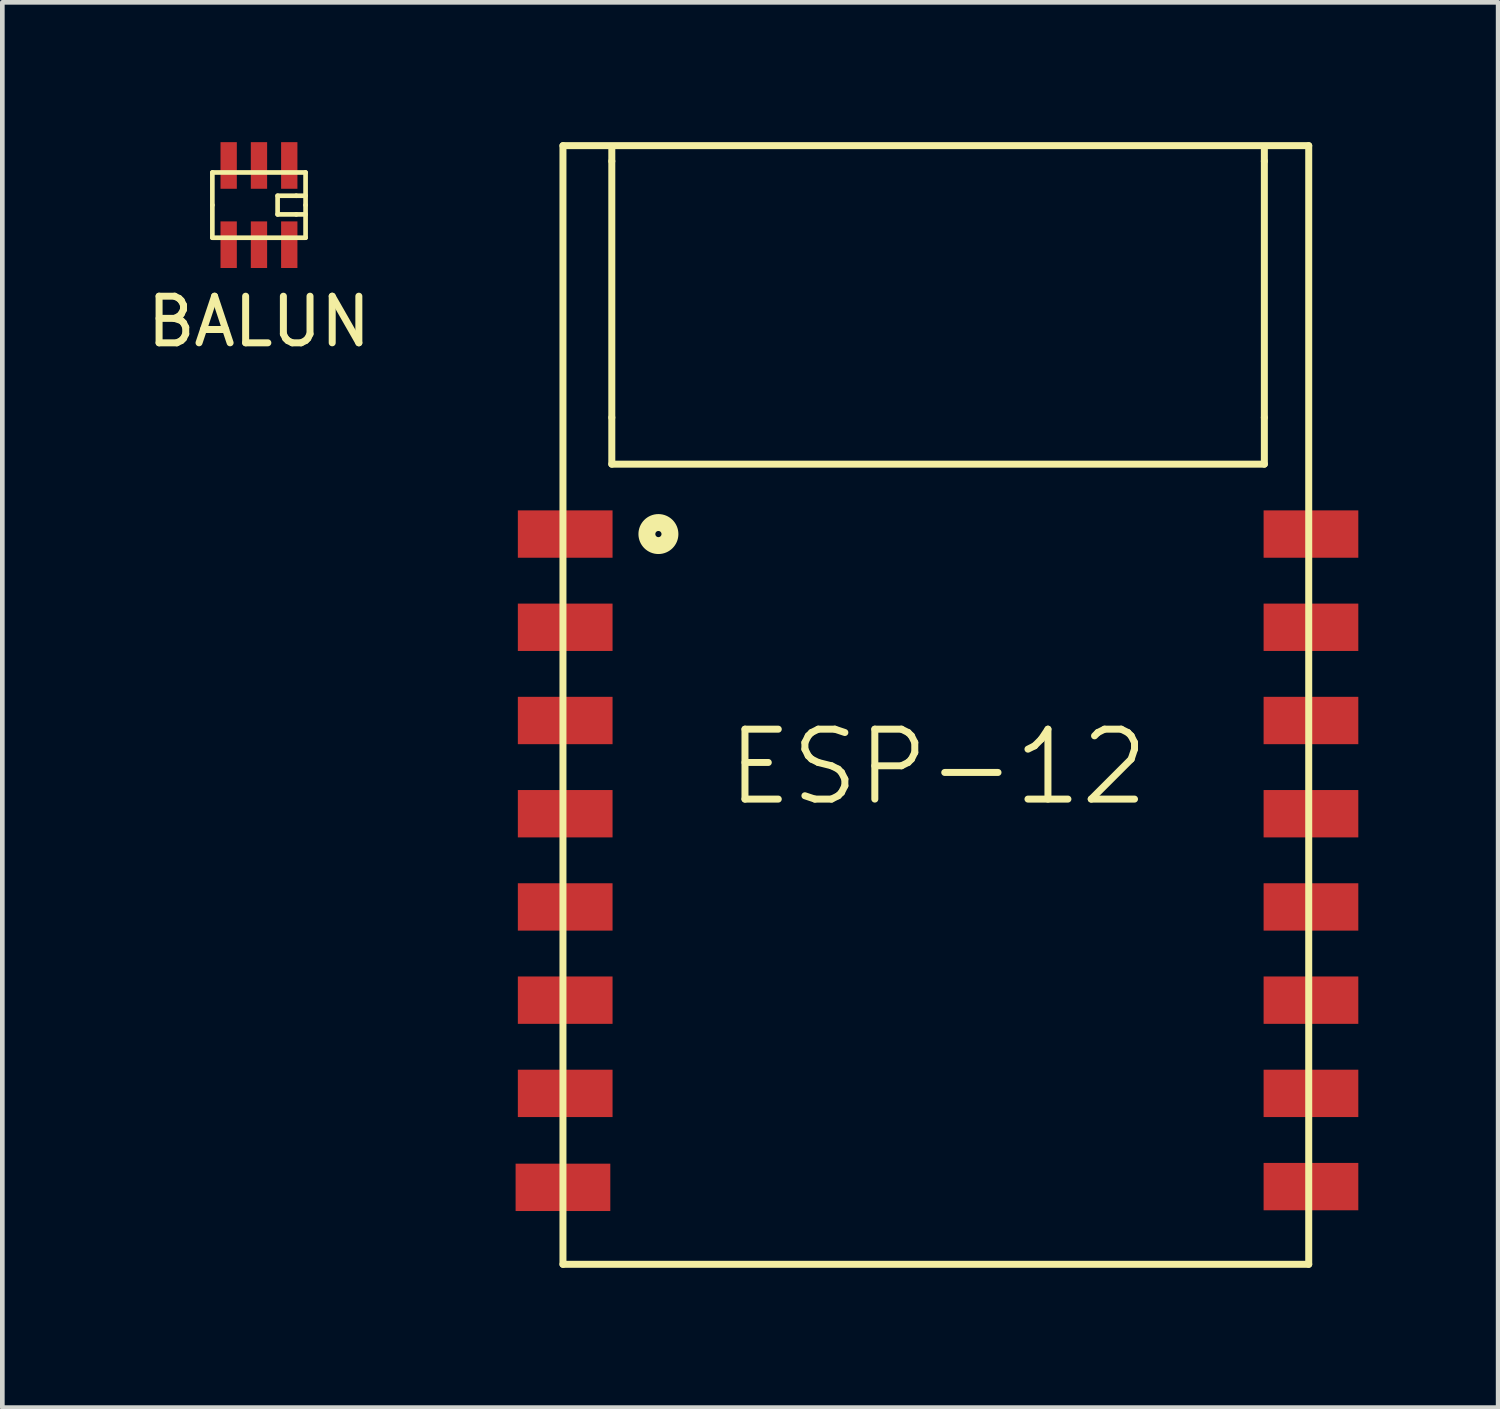
<source format=kicad_pcb>
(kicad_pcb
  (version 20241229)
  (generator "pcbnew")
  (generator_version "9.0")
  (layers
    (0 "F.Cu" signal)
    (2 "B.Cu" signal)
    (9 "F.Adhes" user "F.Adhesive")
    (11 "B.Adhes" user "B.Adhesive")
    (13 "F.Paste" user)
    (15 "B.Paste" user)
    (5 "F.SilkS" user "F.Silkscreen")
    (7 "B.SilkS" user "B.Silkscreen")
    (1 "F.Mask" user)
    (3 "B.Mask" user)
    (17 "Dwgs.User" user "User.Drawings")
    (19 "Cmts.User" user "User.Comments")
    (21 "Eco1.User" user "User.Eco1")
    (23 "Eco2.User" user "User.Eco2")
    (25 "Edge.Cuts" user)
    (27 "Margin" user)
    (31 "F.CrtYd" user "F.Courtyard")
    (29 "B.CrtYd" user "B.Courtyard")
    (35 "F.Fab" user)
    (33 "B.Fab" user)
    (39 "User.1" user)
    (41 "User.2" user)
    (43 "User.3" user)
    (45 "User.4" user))
  (footprint "BALUN"
    (layer "F.Cu")
    (at 2.506 1.35)
    (property "Reference" "BALUN" (at 0 2.5 0) (layer "F.SilkS") (effects (font (size 1 1) (thickness 0.15))))
    (attr through_hole)
    (fp_line (start -1 -0.7) (end 1 -0.7) (stroke (width 0.1) (type solid)) (layer "F.SilkS"))
    (fp_line (start -1 0) (end -1 -0.7) (stroke (width 0.1) (type solid)) (layer "F.SilkS"))
    (fp_line (start -1 0.7) (end -1 0) (stroke (width 0.1) (type solid)) (layer "F.SilkS"))
    (fp_line (start 0.4 -0.2) (end 0.4 0.2) (stroke (width 0.1) (type solid)) (layer "F.SilkS"))
    (fp_line (start 0.4 0.2) (end 0.8 0.2) (stroke (width 0.1) (type solid)) (layer "F.SilkS"))
    (fp_line (start 0.8 -0.2) (end 0.4 -0.2) (stroke (width 0.1) (type solid)) (layer "F.SilkS"))
    (fp_line (start 0.8 -0.2) (end 1 -0.2) (stroke (width 0.1) (type solid)) (layer "F.SilkS"))
    (fp_line (start 0.8 0.2) (end 1 0.2) (stroke (width 0.1) (type solid)) (layer "F.SilkS"))
    (fp_line (start 1 -0.7) (end 1 0) (stroke (width 0.1) (type solid)) (layer "F.SilkS"))
    (fp_line (start 1 0) (end 1 0.7) (stroke (width 0.1) (type solid)) (layer "F.SilkS"))
    (fp_line (start 1 0.7) (end -1 0.7) (stroke (width 0.1) (type solid)) (layer "F.SilkS"))
    (pad "1" smd rect (at 0.65 -0.85) (size 0.35 1) (layers "F.Cu" "F.Mask" "F.Paste"))
    (pad "2" smd rect (at 0 -0.85) (size 0.35 1) (layers "F.Cu" "F.Mask" "F.Paste"))
    (pad "3" smd rect (at -0.65 -0.85) (size 0.35 1) (layers "F.Cu" "F.Mask" "F.Paste"))
    (pad "4" smd rect (at -0.65 0.85) (size 0.35 1) (layers "F.Cu" "F.Mask" "F.Paste"))
    (pad "5" smd rect (at 0 0.85) (size 0.35 1) (layers "F.Cu" "F.Mask" "F.Paste"))
    (pad "6" smd rect (at 0.65 0.85) (size 0.35 1) (layers "F.Cu" "F.Mask" "F.Paste")))
  (footprint "ESP-12"
    (layer "F.Cu")
    (at 17.076 14.408)
    (property "Reference" "ESP-12" (at 0 -1 0) (layer "F.SilkS") (effects (font (size 1.5 1.5) (thickness 0.15))))
    (attr through_hole)
    (fp_line (start -8.048 -14.333) (end 7.952 -14.333) (stroke (width 0.15) (type solid)) (layer "F.SilkS"))
    (fp_line (start -8.048 9.667) (end -8.048 -14.333) (stroke (width 0.15) (type solid)) (layer "F.SilkS"))
    (fp_line (start -7 -14) (end -7 -14.3) (stroke (width 0.15) (type solid)) (layer "F.SilkS"))
    (fp_line (start -7 -14) (end -7 -8.5) (stroke (width 0.15) (type solid)) (layer "F.SilkS"))
    (fp_line (start -7 -8.5) (end -7 -7.5) (stroke (width 0.15) (type solid)) (layer "F.SilkS"))
    (fp_line (start -7 -7.5) (end 7 -7.5) (stroke (width 0.15) (type solid)) (layer "F.SilkS"))
    (fp_line (start 7 -14) (end 7 -14.3) (stroke (width 0.15) (type solid)) (layer "F.SilkS"))
    (fp_line (start 7 -8.5) (end 7 -14) (stroke (width 0.15) (type solid)) (layer "F.SilkS"))
    (fp_line (start 7 -7.5) (end 7 -8.5) (stroke (width 0.15) (type solid)) (layer "F.SilkS"))
    (fp_line (start 7.952 -14.333) (end 7.952 9.667) (stroke (width 0.15) (type solid)) (layer "F.SilkS"))
    (fp_line (start 7.952 9.667) (end -8.048 9.667) (stroke (width 0.15) (type solid)) (layer "F.SilkS"))
    (fp_circle (center -6 -6) (end -6 -6.25) (stroke (width 0.15) (type solid)) (fill no) (layer "F.SilkS"))
    (fp_circle (center -6 -6) (end -5.9 -6.1) (stroke (width 0.15) (type solid)) (fill no) (layer "F.SilkS"))
    (fp_circle (center -6 -6) (end -5.75 -6.25) (stroke (width 0.15) (type solid)) (fill no) (layer "F.SilkS"))
    (pad "1" smd rect (at -8 -6) (size 2.032 1.016) (layers "F.Cu" "F.Mask" "F.Paste"))
    (pad "2" smd rect (at -8 -4) (size 2.032 1.016) (layers "F.Cu" "F.Mask" "F.Paste"))
    (pad "3" smd rect (at -8 -2) (size 2.032 1.016) (layers "F.Cu" "F.Mask" "F.Paste"))
    (pad "4" smd rect (at -8 0) (size 2.032 1.016) (layers "F.Cu" "F.Mask" "F.Paste"))
    (pad "5" smd rect (at -8 2) (size 2.032 1.016) (layers "F.Cu" "F.Mask" "F.Paste"))
    (pad "6" smd rect (at -8 4) (size 2.032 1.016) (layers "F.Cu" "F.Mask" "F.Paste"))
    (pad "7" smd rect (at -8 6) (size 2.032 1.016) (layers "F.Cu" "F.Mask" "F.Paste"))
    (pad "8" smd rect (at -8.048 8.016) (size 2.032 1.016) (layers "F.Cu" "F.Mask" "F.Paste"))
    (pad "9" smd rect (at 8 8) (size 2.032 1.016) (layers "F.Cu" "F.Mask" "F.Paste"))
    (pad "10" smd rect (at 8 6) (size 2.032 1.016) (layers "F.Cu" "F.Mask" "F.Paste"))
    (pad "11" smd rect (at 8 4) (size 2.032 1.016) (layers "F.Cu" "F.Mask" "F.Paste"))
    (pad "12" smd rect (at 8 2) (size 2.032 1.016) (layers "F.Cu" "F.Mask" "F.Paste"))
    (pad "13" smd rect (at 8 0) (size 2.032 1.016) (layers "F.Cu" "F.Mask" "F.Paste"))
    (pad "14" smd rect (at 8 -2) (size 2.032 1.016) (layers "F.Cu" "F.Mask" "F.Paste"))
    (pad "15" smd rect (at 8 -4) (size 2.032 1.016) (layers "F.Cu" "F.Mask" "F.Paste"))
    (pad "16" smd rect (at 8 -6) (size 2.032 1.016) (layers "F.Cu" "F.Mask" "F.Paste")))
  (gr_rect
    (start -3 -3)
    (end 29.092 27.15)
    (stroke (width 0.1) (type default))
    (fill no)
    (layer "Edge.Cuts")))
</source>
